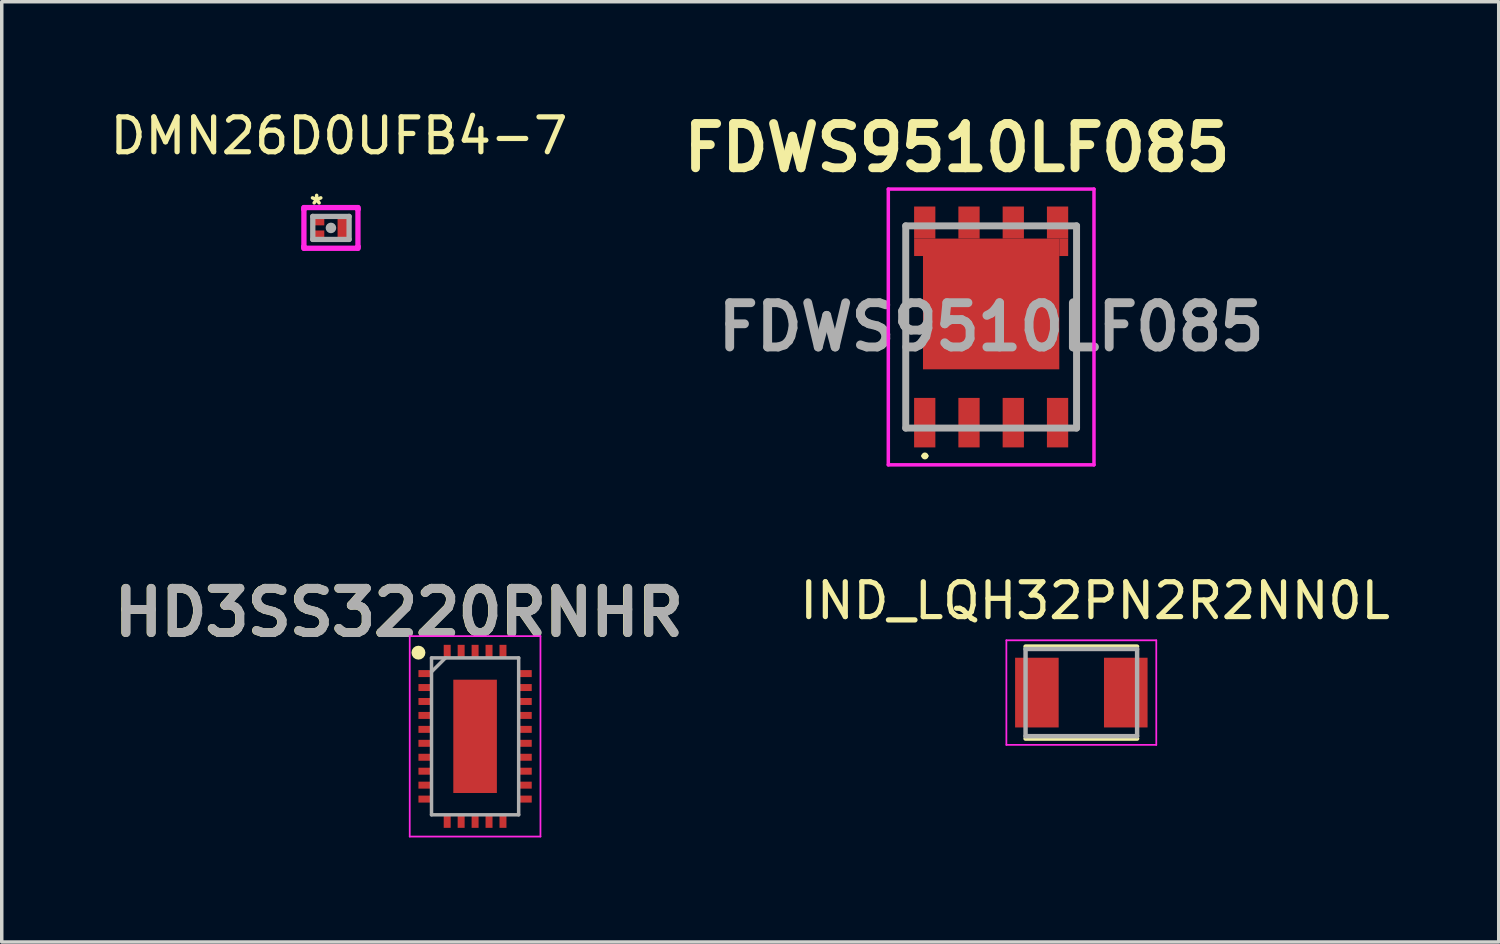
<source format=kicad_pcb>
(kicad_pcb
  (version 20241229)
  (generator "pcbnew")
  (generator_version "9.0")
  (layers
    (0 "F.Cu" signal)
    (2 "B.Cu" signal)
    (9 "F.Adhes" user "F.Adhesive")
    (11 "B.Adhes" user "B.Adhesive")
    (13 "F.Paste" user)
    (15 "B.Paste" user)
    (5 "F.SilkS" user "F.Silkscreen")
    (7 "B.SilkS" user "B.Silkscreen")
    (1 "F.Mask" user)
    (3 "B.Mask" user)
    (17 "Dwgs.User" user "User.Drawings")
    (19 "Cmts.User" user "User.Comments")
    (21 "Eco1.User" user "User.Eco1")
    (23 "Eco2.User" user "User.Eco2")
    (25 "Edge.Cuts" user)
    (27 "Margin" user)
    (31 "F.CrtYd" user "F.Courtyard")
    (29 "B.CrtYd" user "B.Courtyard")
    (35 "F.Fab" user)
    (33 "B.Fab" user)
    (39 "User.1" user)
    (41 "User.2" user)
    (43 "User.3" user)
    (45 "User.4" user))
  (footprint "IND_LQH32PN2R2NN0L"
    (layer "F.Cu")
    (at 27.968 16.817)
    (property "Reference" "IND_LQH32PN2R2NN0L" (at 0.395 -2.635 0) (layer "F.SilkS") (effects (font (size 1 1) (thickness 0.15))))
    (attr through_hole)
    (fp_line (start -1.6 -1.32) (end 1.6 -1.32) (stroke (width 0.127) (type solid)) (layer "F.SilkS"))
    (fp_line (start -1.6 1.32) (end 1.6 1.32) (stroke (width 0.127) (type solid)) (layer "F.SilkS"))
    (fp_line (start -2.15 -1.5) (end 2.15 -1.5) (stroke (width 0.05) (type solid)) (layer "F.CrtYd"))
    (fp_line (start -2.15 1.5) (end -2.15 -1.5) (stroke (width 0.05) (type solid)) (layer "F.CrtYd"))
    (fp_line (start 2.15 -1.5) (end 2.15 1.5) (stroke (width 0.05) (type solid)) (layer "F.CrtYd"))
    (fp_line (start 2.15 1.5) (end -2.15 1.5) (stroke (width 0.05) (type solid)) (layer "F.CrtYd"))
    (fp_line (start -1.6 -1.25) (end 1.6 -1.25) (stroke (width 0.127) (type solid)) (layer "F.Fab"))
    (fp_line (start -1.6 1.25) (end -1.6 -1.25) (stroke (width 0.127) (type solid)) (layer "F.Fab"))
    (fp_line (start 1.6 -1.25) (end 1.6 1.25) (stroke (width 0.127) (type solid)) (layer "F.Fab"))
    (fp_line (start 1.6 1.25) (end -1.6 1.25) (stroke (width 0.127) (type solid)) (layer "F.Fab"))
    (pad "1" smd rect (at -1.275 0) (size 1.25 2) (layers "F.Cu" "F.Mask" "F.Paste"))
    (pad "2" smd rect (at 1.275 0) (size 1.25 2) (layers "F.Cu" "F.Mask" "F.Paste")))
  (footprint "DMN26D0UFB4-7"
    (layer "F.Cu")
    (at 6.443 3.488)
    (property "Reference" "DMN26D0UFB4-7" (at 0.23 -2.64 0) (layer "F.SilkS") (effects (font (size 1 1) (thickness 0.15))))
    (attr through_hole)
    (fp_line (start -0.775 -0.584) (end 0.775 -0.584) (stroke (width 0.152) (type solid)) (layer "F.CrtYd"))
    (fp_line (start -0.775 -0.533) (end -0.775 -0.584) (stroke (width 0.152) (type solid)) (layer "F.CrtYd"))
    (fp_line (start -0.775 -0.533) (end -0.775 -0.533) (stroke (width 0.152) (type solid)) (layer "F.CrtYd"))
    (fp_line (start -0.775 0.533) (end -0.775 -0.533) (stroke (width 0.152) (type solid)) (layer "F.CrtYd"))
    (fp_line (start -0.775 0.533) (end -0.775 0.533) (stroke (width 0.152) (type solid)) (layer "F.CrtYd"))
    (fp_line (start -0.775 0.584) (end -0.775 0.533) (stroke (width 0.152) (type solid)) (layer "F.CrtYd"))
    (fp_line (start 0.775 -0.584) (end 0.775 -0.533) (stroke (width 0.152) (type solid)) (layer "F.CrtYd"))
    (fp_line (start 0.775 -0.533) (end 0.775 -0.533) (stroke (width 0.152) (type solid)) (layer "F.CrtYd"))
    (fp_line (start 0.775 -0.533) (end 0.775 0.533) (stroke (width 0.152) (type solid)) (layer "F.CrtYd"))
    (fp_line (start 0.775 0.533) (end 0.775 0.533) (stroke (width 0.152) (type solid)) (layer "F.CrtYd"))
    (fp_line (start 0.775 0.533) (end 0.775 0.584) (stroke (width 0.152) (type solid)) (layer "F.CrtYd"))
    (fp_line (start 0.775 0.584) (end -0.775 0.584) (stroke (width 0.152) (type solid)) (layer "F.CrtYd"))
    (fp_line (start -0.521 -0.33) (end -0.521 0.33) (stroke (width 0.152) (type solid)) (layer "F.Fab"))
    (fp_line (start -0.521 0.33) (end 0.521 0.33) (stroke (width 0.152) (type solid)) (layer "F.Fab"))
    (fp_line (start 0.521 -0.33) (end -0.521 -0.33) (stroke (width 0.152) (type solid)) (layer "F.Fab"))
    (fp_line (start 0.521 0.33) (end 0.521 -0.33) (stroke (width 0.152) (type solid)) (layer "F.Fab"))
    (fp_circle (center 0 0) (end 0 0) (stroke (width 0.152) (type solid)) (fill no) (layer "F.Fab"))
    (fp_text user "*" (at -0.41 -0.66 0) (layer "F.SilkS") (effects (font (size 0.5 0.5) (thickness 0.1))))
    (pad "1" smd rect (at -0.343 -0.175) (size 0.305 0.203) (layers "F.Cu" "F.Mask" "F.Paste"))
    (pad "2" smd rect (at -0.343 0.175) (size 0.305 0.203) (layers "F.Cu" "F.Mask" "F.Paste"))
    (pad "3" smd rect (at 0.343 0) (size 0.305 0.559) (layers "F.Cu" "F.Mask" "F.Paste")))
  (footprint "HD3SS3220RNHR"
    (layer "F.Cu")
    (at 10.578 18.072)
    (property "Reference" "HD3SS3220RNHR" (at -2.19 -3.55 0) (layer "F.SilkS") (effects (font (size 1.27 1.27) (thickness 0.254))))
    (attr smd)
    (fp_circle (center -1.625 -2.4) (end -1.625 -2.3) (stroke (width 0.2) (type solid)) (fill no) (layer "F.SilkS"))
    (fp_line (start -1.875 -2.875) (end 1.875 -2.875) (stroke (width 0.05) (type solid)) (layer "F.CrtYd"))
    (fp_line (start -1.875 2.875) (end -1.875 -2.875) (stroke (width 0.05) (type solid)) (layer "F.CrtYd"))
    (fp_line (start 1.875 -2.875) (end 1.875 2.875) (stroke (width 0.05) (type solid)) (layer "F.CrtYd"))
    (fp_line (start 1.875 2.875) (end -1.875 2.875) (stroke (width 0.05) (type solid)) (layer "F.CrtYd"))
    (fp_line (start -1.25 -2.25) (end 1.25 -2.25) (stroke (width 0.1) (type solid)) (layer "F.Fab"))
    (fp_line (start -1.25 -1.85) (end -0.85 -2.25) (stroke (width 0.1) (type solid)) (layer "F.Fab"))
    (fp_line (start -1.25 2.25) (end -1.25 -2.25) (stroke (width 0.1) (type solid)) (layer "F.Fab"))
    (fp_line (start 1.25 -2.25) (end 1.25 2.25) (stroke (width 0.1) (type solid)) (layer "F.Fab"))
    (fp_line (start 1.25 2.25) (end -1.25 2.25) (stroke (width 0.1) (type solid)) (layer "F.Fab"))
    (fp_text user "${REFERENCE}" (at -2.18 -3.55 0) (layer "F.Fab") (effects (font (size 1.27 1.27) (thickness 0.254))))
    (pad "1" smd rect (at -1.45 -1.8 90) (size 0.2 0.35) (layers "F.Cu" "F.Mask" "F.Paste"))
    (pad "2" smd rect (at -1.45 -1.4 90) (size 0.2 0.35) (layers "F.Cu" "F.Mask" "F.Paste"))
    (pad "3" smd rect (at -1.45 -1 90) (size 0.2 0.35) (layers "F.Cu" "F.Mask" "F.Paste"))
    (pad "4" smd rect (at -1.45 -0.6 90) (size 0.2 0.35) (layers "F.Cu" "F.Mask" "F.Paste"))
    (pad "5" smd rect (at -1.45 -0.2 90) (size 0.2 0.35) (layers "F.Cu" "F.Mask" "F.Paste"))
    (pad "6" smd rect (at -1.45 0.2 90) (size 0.2 0.35) (layers "F.Cu" "F.Mask" "F.Paste"))
    (pad "7" smd rect (at -1.45 0.6 90) (size 0.2 0.35) (layers "F.Cu" "F.Mask" "F.Paste"))
    (pad "8" smd rect (at -1.45 1 90) (size 0.2 0.35) (layers "F.Cu" "F.Mask" "F.Paste"))
    (pad "9" smd rect (at -1.45 1.4 90) (size 0.2 0.35) (layers "F.Cu" "F.Mask" "F.Paste"))
    (pad "10" smd rect (at -1.45 1.8 90) (size 0.2 0.35) (layers "F.Cu" "F.Mask" "F.Paste"))
    (pad "11" smd rect (at -0.8 2.45) (size 0.2 0.35) (layers "F.Cu" "F.Mask" "F.Paste"))
    (pad "12" smd rect (at -0.4 2.45) (size 0.2 0.35) (layers "F.Cu" "F.Mask" "F.Paste"))
    (pad "13" smd rect (at 0 2.45) (size 0.2 0.35) (layers "F.Cu" "F.Mask" "F.Paste"))
    (pad "14" smd rect (at 0.4 2.45) (size 0.2 0.35) (layers "F.Cu" "F.Mask" "F.Paste"))
    (pad "15" smd rect (at 0.8 2.45) (size 0.2 0.35) (layers "F.Cu" "F.Mask" "F.Paste"))
    (pad "16" smd rect (at 1.45 1.8 90) (size 0.2 0.35) (layers "F.Cu" "F.Mask" "F.Paste"))
    (pad "17" smd rect (at 1.45 1.4 90) (size 0.2 0.35) (layers "F.Cu" "F.Mask" "F.Paste"))
    (pad "18" smd rect (at 1.45 1 90) (size 0.2 0.35) (layers "F.Cu" "F.Mask" "F.Paste"))
    (pad "19" smd rect (at 1.45 0.6 90) (size 0.2 0.35) (layers "F.Cu" "F.Mask" "F.Paste"))
    (pad "20" smd rect (at 1.45 0.2 90) (size 0.2 0.35) (layers "F.Cu" "F.Mask" "F.Paste"))
    (pad "21" smd rect (at 1.45 -0.2 90) (size 0.2 0.35) (layers "F.Cu" "F.Mask" "F.Paste"))
    (pad "22" smd rect (at 1.45 -0.6 90) (size 0.2 0.35) (layers "F.Cu" "F.Mask" "F.Paste"))
    (pad "23" smd rect (at 1.45 -1 90) (size 0.2 0.35) (layers "F.Cu" "F.Mask" "F.Paste"))
    (pad "24" smd rect (at 1.45 -1.4 90) (size 0.2 0.35) (layers "F.Cu" "F.Mask" "F.Paste"))
    (pad "25" smd rect (at 1.45 -1.8 90) (size 0.2 0.35) (layers "F.Cu" "F.Mask" "F.Paste"))
    (pad "26" smd rect (at 0.8 -2.45) (size 0.2 0.35) (layers "F.Cu" "F.Mask" "F.Paste"))
    (pad "27" smd rect (at 0.4 -2.45) (size 0.2 0.35) (layers "F.Cu" "F.Mask" "F.Paste"))
    (pad "28" smd rect (at 0 -2.45) (size 0.2 0.35) (layers "F.Cu" "F.Mask" "F.Paste"))
    (pad "29" smd rect (at -0.4 -2.45) (size 0.2 0.35) (layers "F.Cu" "F.Mask" "F.Paste"))
    (pad "30" smd rect (at -0.8 -2.45) (size 0.2 0.35) (layers "F.Cu" "F.Mask" "F.Paste"))
    (pad "31" smd rect (at 0 0) (size 1.25 3.25) (layers "F.Cu" "F.Mask" "F.Paste")))
  (footprint "FDWS9510LF085"
    (layer "F.Cu")
    (at 25.381 6.329)
    (property "Reference" "FDWS9510LF085" (at -0.98 -5.14 0) (layer "F.SilkS") (effects (font (size 1.27 1.27) (thickness 0.254))))
    (attr smd)
    (fp_line (start -2.45 -2.9) (end -2.45 2.9) (stroke (width 0.1) (type solid)) (layer "F.SilkS"))
    (fp_line (start -1.95 3.7) (end -1.95 3.7) (stroke (width 0.1) (type solid)) (layer "F.SilkS"))
    (fp_line (start -1.85 3.7) (end -1.85 3.7) (stroke (width 0.1) (type solid)) (layer "F.SilkS"))
    (fp_line (start 2.45 -2.9) (end 2.45 2.9) (stroke (width 0.1) (type solid)) (layer "F.SilkS"))
    (fp_arc (start -1.95 3.7) (mid -1.9 3.65) (end -1.85 3.7) (stroke (width 0.1) (type solid)) (layer "F.SilkS"))
    (fp_arc (start -1.85 3.7) (mid -1.9 3.75) (end -1.95 3.7) (stroke (width 0.1) (type solid)) (layer "F.SilkS"))
    (fp_line (start -2.95 -3.955) (end 2.95 -3.955) (stroke (width 0.1) (type solid)) (layer "F.CrtYd"))
    (fp_line (start -2.95 3.955) (end -2.95 -3.955) (stroke (width 0.1) (type solid)) (layer "F.CrtYd"))
    (fp_line (start 2.95 -3.955) (end 2.95 3.955) (stroke (width 0.1) (type solid)) (layer "F.CrtYd"))
    (fp_line (start 2.95 3.955) (end -2.95 3.955) (stroke (width 0.1) (type solid)) (layer "F.CrtYd"))
    (fp_line (start -2.45 -2.9) (end 2.45 -2.9) (stroke (width 0.2) (type solid)) (layer "F.Fab"))
    (fp_line (start -2.45 2.9) (end -2.45 -2.9) (stroke (width 0.2) (type solid)) (layer "F.Fab"))
    (fp_line (start 2.45 -2.9) (end 2.45 2.9) (stroke (width 0.2) (type solid)) (layer "F.Fab"))
    (fp_line (start 2.45 2.9) (end -2.45 2.9) (stroke (width 0.2) (type solid)) (layer "F.Fab"))
    (fp_text user "${REFERENCE}" (at 0 0 0) (layer "F.Fab") (effects (font (size 1.27 1.27) (thickness 0.254))))
    (pad "1" smd rect (at -1.905 2.745) (size 0.61 1.42) (layers "F.Cu" "F.Mask" "F.Paste"))
    (pad "2" smd rect (at -0.635 2.745) (size 0.61 1.42) (layers "F.Cu" "F.Mask" "F.Paste"))
    (pad "3" smd rect (at 0.635 2.745) (size 0.61 1.42) (layers "F.Cu" "F.Mask" "F.Paste"))
    (pad "4" smd rect (at 1.905 2.745) (size 0.61 1.42) (layers "F.Cu" "F.Mask" "F.Paste"))
    (pad "5" smd rect (at 1.905 -2.995) (size 0.61 0.92) (layers "F.Cu" "F.Mask" "F.Paste"))
    (pad "5" smd rect (at 2.082 -2.285) (size 0.255 0.5) (layers "F.Cu" "F.Mask" "F.Paste"))
    (pad "6" smd rect (at 0.635 -2.995) (size 0.61 0.92) (layers "F.Cu" "F.Mask" "F.Paste"))
    (pad "7" smd rect (at -0.635 -2.995) (size 0.61 0.92) (layers "F.Cu" "F.Mask" "F.Paste"))
    (pad "8" smd rect (at -2.082 -2.285) (size 0.255 0.5) (layers "F.Cu" "F.Mask" "F.Paste"))
    (pad "8" smd rect (at -1.905 -2.995) (size 0.61 0.92) (layers "F.Cu" "F.Mask" "F.Paste"))
    (pad "8" smd rect (at 0 -0.66 90) (size 3.75 3.91) (layers "F.Cu" "F.Mask" "F.Paste")))
  (gr_rect
    (start -3 -3)
    (end 39.941 23.972)
    (stroke (width 0.1) (type default))
    (fill no)
    (layer "Edge.Cuts")))
</source>
